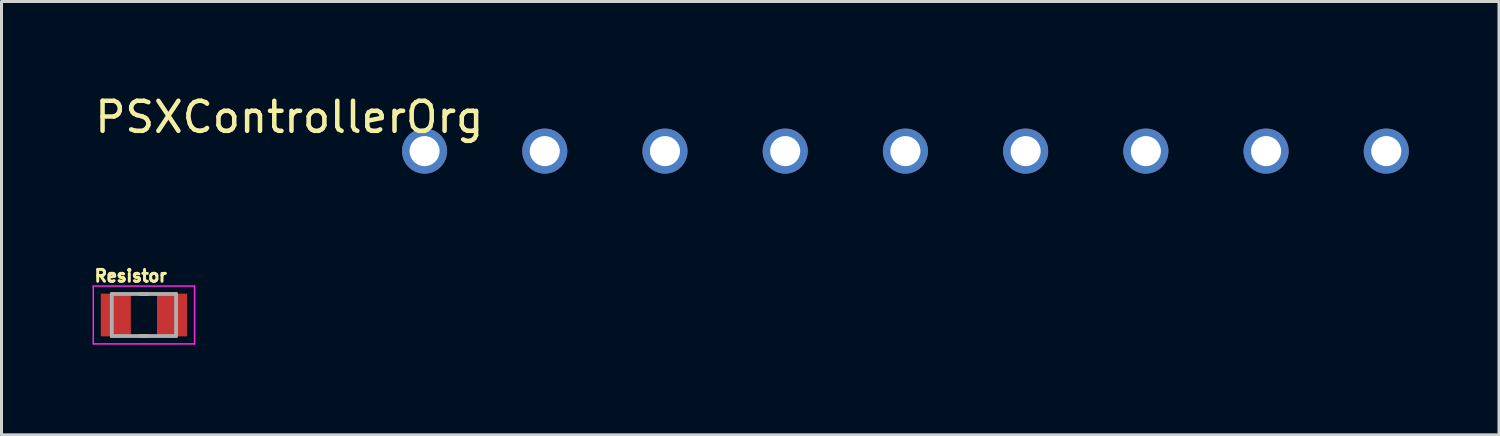
<source format=kicad_pcb>
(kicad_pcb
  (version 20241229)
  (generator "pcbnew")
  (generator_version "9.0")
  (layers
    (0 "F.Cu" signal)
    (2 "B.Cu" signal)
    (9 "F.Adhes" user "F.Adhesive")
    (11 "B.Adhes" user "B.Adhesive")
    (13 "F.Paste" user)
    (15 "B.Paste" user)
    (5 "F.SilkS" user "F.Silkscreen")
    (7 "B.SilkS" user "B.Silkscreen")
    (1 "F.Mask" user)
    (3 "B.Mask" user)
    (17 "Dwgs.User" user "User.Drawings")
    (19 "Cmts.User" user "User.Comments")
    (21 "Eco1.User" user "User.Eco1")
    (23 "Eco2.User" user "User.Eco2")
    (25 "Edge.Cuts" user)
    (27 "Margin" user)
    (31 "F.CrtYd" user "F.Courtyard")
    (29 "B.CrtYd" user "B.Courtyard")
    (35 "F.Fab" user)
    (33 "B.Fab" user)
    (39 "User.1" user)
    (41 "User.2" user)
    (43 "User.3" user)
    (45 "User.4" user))
  (footprint "Resistor"
    (layer "F.Cu")
    (at 1.739 7.431)
    (property "Reference" "Resistor" (at -0.44 -1.3 0) (layer "F.SilkS") (effects (font (size 0.394 0.394) (thickness 0.15))))
    (attr through_hole)
    (fp_line (start -0.12 -0.7) (end 0.12 -0.7) (stroke (width 0.127) (type solid)) (layer "F.SilkS"))
    (fp_line (start -0.12 0.7) (end 0.12 0.7) (stroke (width 0.127) (type solid)) (layer "F.SilkS"))
    (fp_line (start -1.685 -0.962) (end 1.685 -0.962) (stroke (width 0.05) (type solid)) (layer "F.CrtYd"))
    (fp_line (start -1.685 0.962) (end -1.685 -0.962) (stroke (width 0.05) (type solid)) (layer "F.CrtYd"))
    (fp_line (start -1.685 0.962) (end 1.685 0.962) (stroke (width 0.05) (type solid)) (layer "F.CrtYd"))
    (fp_line (start 1.685 0.962) (end 1.685 -0.962) (stroke (width 0.05) (type solid)) (layer "F.CrtYd"))
    (fp_line (start -1.07 0.7) (end -1.07 -0.7) (stroke (width 0.127) (type solid)) (layer "F.Fab"))
    (fp_line (start 1.07 -0.7) (end -1.07 -0.7) (stroke (width 0.127) (type solid)) (layer "F.Fab"))
    (fp_line (start 1.07 0.7) (end -1.07 0.7) (stroke (width 0.127) (type solid)) (layer "F.Fab"))
    (fp_line (start 1.07 0.7) (end 1.07 -0.7) (stroke (width 0.127) (type solid)) (layer "F.Fab"))
    (pad "1" smd rect (at -0.935 0) (size 1 1.42) (layers "F.Cu" "F.Mask" "F.Paste"))
    (pad "2" smd rect (at 0.935 0) (size 1 1.42) (layers "F.Cu" "F.Mask" "F.Paste")))
  (footprint "PSXControllerOrg"
    (layer "F.Cu")
    (at 11.077 1.978)
    (property "Reference" "PSXControllerOrg" (at -4.5 -1.13 0) (layer "F.SilkS") (effects (font (size 1 1) (thickness 0.15))))
    (attr through_hole)
    (pad "1" thru_hole circle (at 0 0) (size 1.5 1.5) (drill 1) (layers "*.Cu" "*.Mask"))
    (pad "2" thru_hole circle (at 4 0) (size 1.5 1.5) (drill 1) (layers "*.Cu" "*.Mask"))
    (pad "3" thru_hole circle (at 8 0) (size 1.5 1.5) (drill 1) (layers "*.Cu" "*.Mask"))
    (pad "4" thru_hole circle (at 12 0) (size 1.5 1.5) (drill 1) (layers "*.Cu" "*.Mask"))
    (pad "5" thru_hole circle (at 16 0) (size 1.5 1.5) (drill 1) (layers "*.Cu" "*.Mask"))
    (pad "6" thru_hole circle (at 20 0) (size 1.5 1.5) (drill 1) (layers "*.Cu" "*.Mask"))
    (pad "7" thru_hole circle (at 24 0) (size 1.5 1.5) (drill 1) (layers "*.Cu" "*.Mask"))
    (pad "8" thru_hole circle (at 28 0) (size 1.5 1.5) (drill 1) (layers "*.Cu" "*.Mask"))
    (pad "9" thru_hole circle (at 32 0) (size 1.5 1.5) (drill 1) (layers "*.Cu" "*.Mask")))
  (gr_rect
    (start -3 -3)
    (end 46.827 11.418)
    (stroke (width 0.1) (type default))
    (fill no)
    (layer "Edge.Cuts")))
</source>
